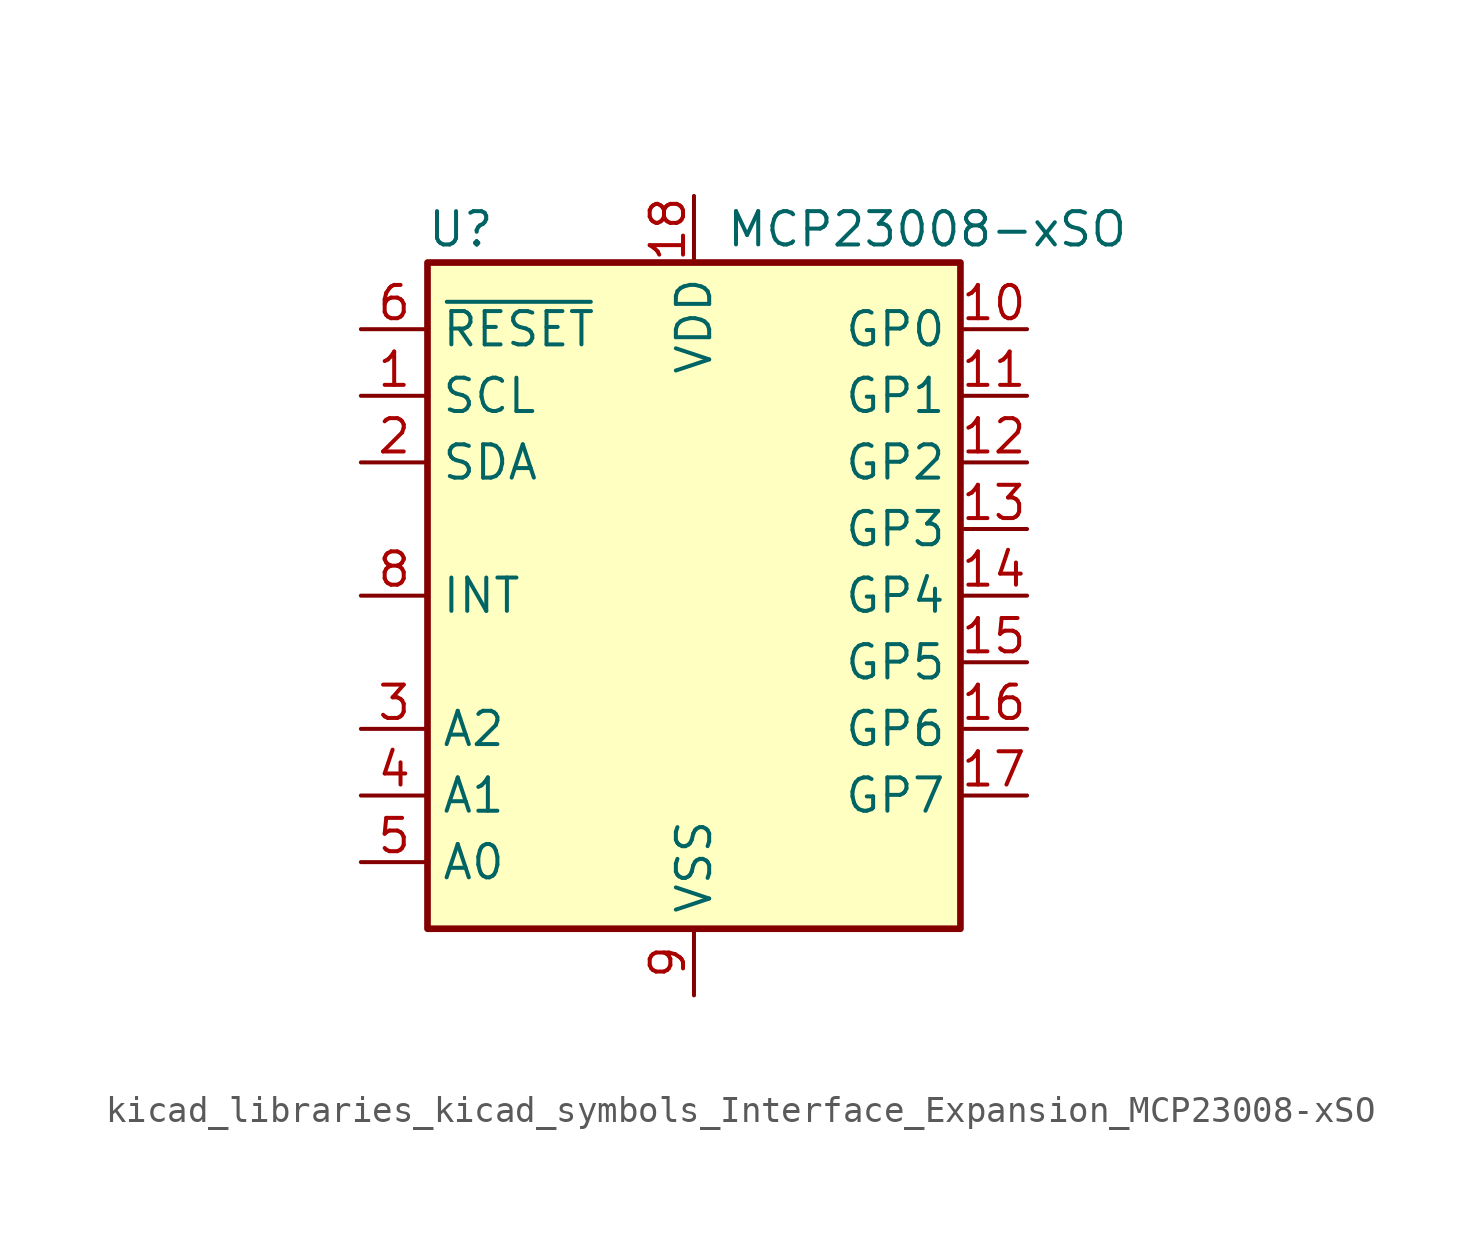
<source format=kicad_sym>
(kicad_symbol_lib
  (version 20220914)
  (generator kicad_symbol_editor)
  (symbol "kicad_libraries_kicad_symbols_Interface_Expansion_MCP23008-xSO"
    (property "Reference" "U"
      (at -8.89 13.97 0)
      (effects (font (size 1.27 1.27))))
    (property "Value" "MCP23008-xSO"
      (at 8.89 13.97 0)
      (effects (font (size 1.27 1.27))))
    (symbol "kicad_libraries_kicad_symbols_Interface_Expansion_MCP23008-xSO_0_1"
      (rectangle (start -10.16 12.7) (end 10.16 -12.7) (stroke (width 0.254) (type default)) (fill (type background))))
    (symbol "kicad_libraries_kicad_symbols_Interface_Expansion_MCP23008-xSO_1_1"
      (pin input line (at -12.7 7.62 0) (length 2.54) (name "SCL" (effects (font (size 1.27 1.27)))) (number "1" (effects (font (size 1.27 1.27)))))
      (pin bidirectional line (at 12.7 10.16 180) (length 2.54) (name "GP0" (effects (font (size 1.27 1.27)))) (number "10" (effects (font (size 1.27 1.27)))))
      (pin bidirectional line (at 12.7 7.62 180) (length 2.54) (name "GP1" (effects (font (size 1.27 1.27)))) (number "11" (effects (font (size 1.27 1.27)))))
      (pin bidirectional line (at 12.7 5.08 180) (length 2.54) (name "GP2" (effects (font (size 1.27 1.27)))) (number "12" (effects (font (size 1.27 1.27)))))
      (pin bidirectional line (at 12.7 2.54 180) (length 2.54) (name "GP3" (effects (font (size 1.27 1.27)))) (number "13" (effects (font (size 1.27 1.27)))))
      (pin bidirectional line (at 12.7 0 180) (length 2.54) (name "GP4" (effects (font (size 1.27 1.27)))) (number "14" (effects (font (size 1.27 1.27)))))
      (pin bidirectional line (at 12.7 -2.54 180) (length 2.54) (name "GP5" (effects (font (size 1.27 1.27)))) (number "15" (effects (font (size 1.27 1.27)))))
      (pin bidirectional line (at 12.7 -5.08 180) (length 2.54) (name "GP6" (effects (font (size 1.27 1.27)))) (number "16" (effects (font (size 1.27 1.27)))))
      (pin bidirectional line (at 12.7 -7.62 180) (length 2.54) (name "GP7" (effects (font (size 1.27 1.27)))) (number "17" (effects (font (size 1.27 1.27)))))
      (pin power_in line (at 0 15.24 270) (length 2.54) (name "VDD" (effects (font (size 1.27 1.27)))) (number "18" (effects (font (size 1.27 1.27)))))
      (pin bidirectional line (at -12.7 5.08 0) (length 2.54) (name "SDA" (effects (font (size 1.27 1.27)))) (number "2" (effects (font (size 1.27 1.27)))))
      (pin input line (at -12.7 -5.08 0) (length 2.54) (name "A2" (effects (font (size 1.27 1.27)))) (number "3" (effects (font (size 1.27 1.27)))))
      (pin input line (at -12.7 -7.62 0) (length 2.54) (name "A1" (effects (font (size 1.27 1.27)))) (number "4" (effects (font (size 1.27 1.27)))))
      (pin input line (at -12.7 -10.16 0) (length 2.54) (name "A0" (effects (font (size 1.27 1.27)))) (number "5" (effects (font (size 1.27 1.27)))))
      (pin input line (at -12.7 10.16 0) (length 2.54) (name "~{RESET}" (effects (font (size 1.27 1.27)))) (number "6" (effects (font (size 1.27 1.27)))))
      (pin no_connect line (at -10.16 -2.54 0) (length 2.54) hide (name "NC" (effects (font (size 1.27 1.27)))) (number "7" (effects (font (size 1.27 1.27)))))
      (pin output line (at -12.7 0 0) (length 2.54) (name "INT" (effects (font (size 1.27 1.27)))) (number "8" (effects (font (size 1.27 1.27)))) (alternate "INT" open_collector line))
      (pin power_in line (at 0 -15.24 90) (length 2.54) (name "VSS" (effects (font (size 1.27 1.27)))) (number "9" (effects (font (size 1.27 1.27))))))))
</source>
